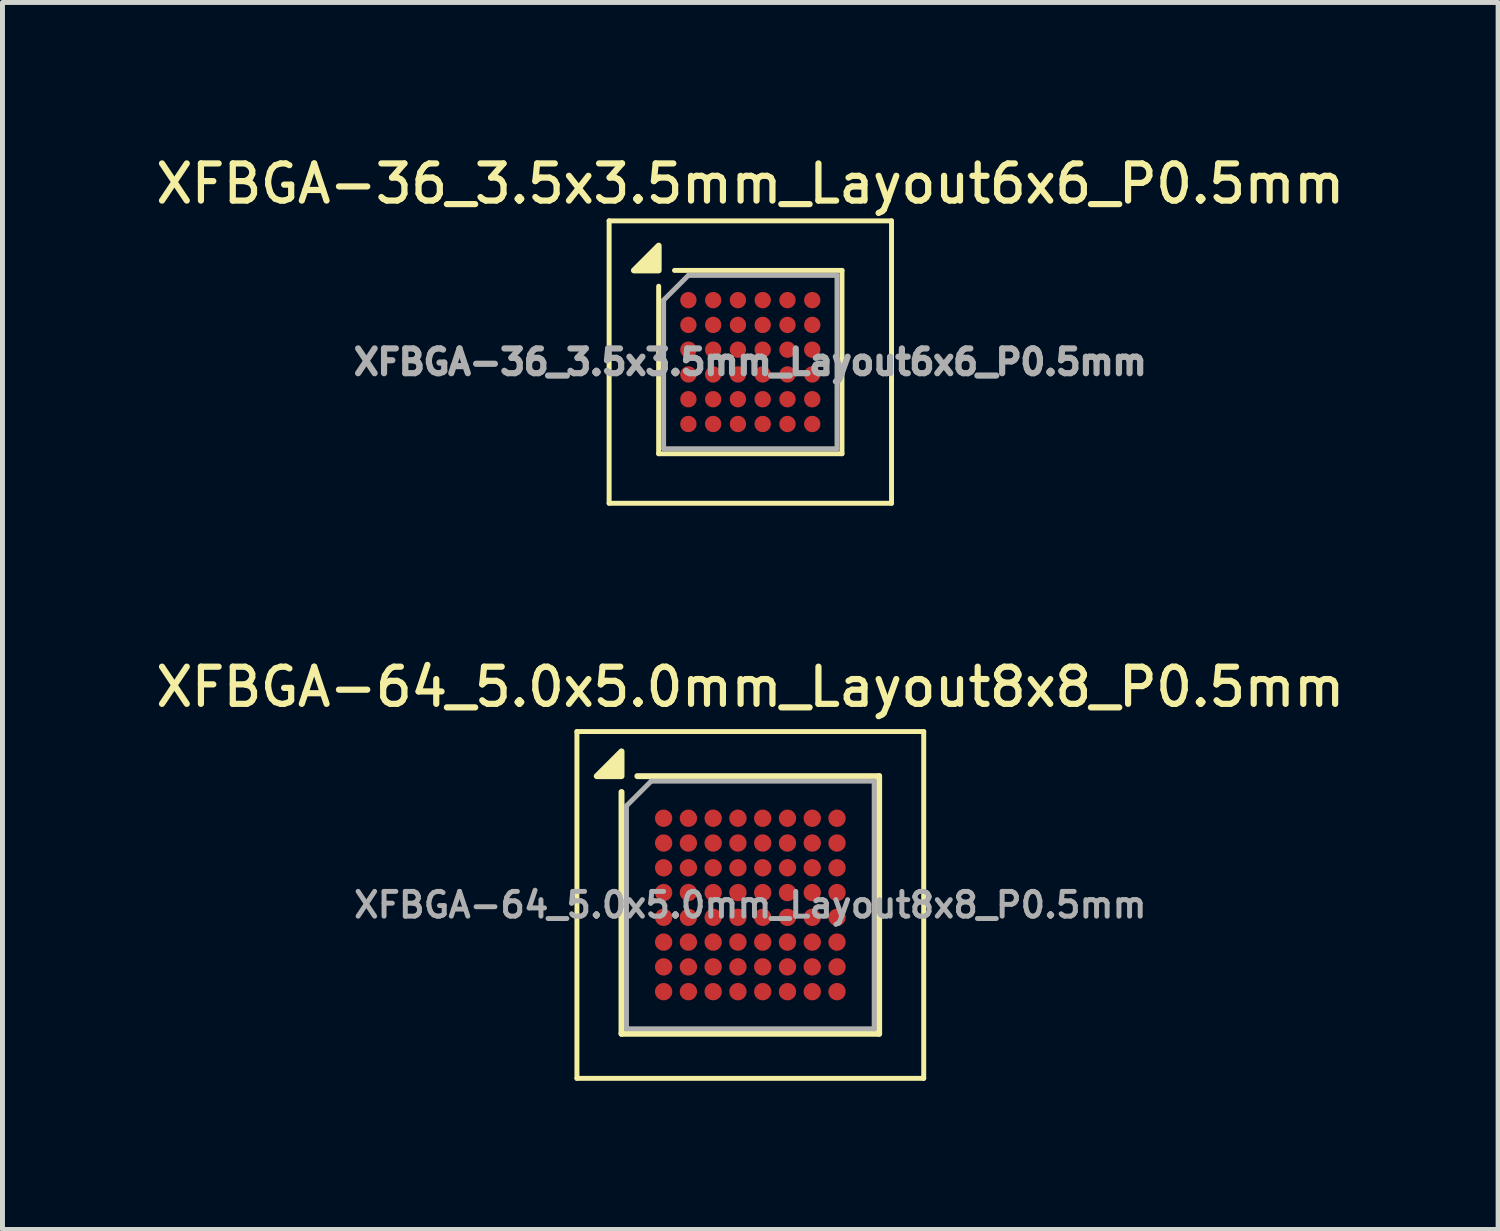
<source format=kicad_pcb>
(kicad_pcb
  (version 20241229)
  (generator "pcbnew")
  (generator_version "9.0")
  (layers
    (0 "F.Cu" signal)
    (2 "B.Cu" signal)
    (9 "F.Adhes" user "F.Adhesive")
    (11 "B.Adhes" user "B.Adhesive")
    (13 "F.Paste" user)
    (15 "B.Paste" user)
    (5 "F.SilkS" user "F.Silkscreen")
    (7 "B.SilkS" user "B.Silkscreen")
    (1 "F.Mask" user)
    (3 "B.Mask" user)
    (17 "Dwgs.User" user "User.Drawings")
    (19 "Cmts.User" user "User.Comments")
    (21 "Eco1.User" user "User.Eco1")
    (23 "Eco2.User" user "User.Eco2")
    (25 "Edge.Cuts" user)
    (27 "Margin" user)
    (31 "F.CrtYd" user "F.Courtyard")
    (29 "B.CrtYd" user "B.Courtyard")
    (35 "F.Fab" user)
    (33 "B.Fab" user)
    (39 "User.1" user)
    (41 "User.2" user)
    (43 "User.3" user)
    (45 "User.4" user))
  (footprint "XFBGA-36_3.5x3.5mm_Layout6x6_P0.5mm"
    (layer "F.Cu")
    (at 12.095 4.258)
    (property "Reference" "XFBGA-36_3.5x3.5mm_Layout6x6_P0.5mm" (at 0 -3.6 0) (layer "F.SilkS") (effects (font (size 0.75 0.75) (thickness 0.125))))
    (attr smd)
    (fp_line (start -2.85 -2.85) (end 2.85 -2.85) (stroke (width 0.1) (type solid)) (layer "F.SilkS"))
    (fp_line (start -2.85 2.85) (end -2.85 -2.85) (stroke (width 0.1) (type solid)) (layer "F.SilkS"))
    (fp_line (start -2.85 2.85) (end 2.85 2.85) (stroke (width 0.1) (type solid)) (layer "F.SilkS"))
    (fp_line (start -1.85 1.85) (end -1.85 -1.53) (stroke (width 0.1) (type solid)) (layer "F.SilkS"))
    (fp_line (start -1.85 1.85) (end 1.85 1.85) (stroke (width 0.1) (type solid)) (layer "F.SilkS"))
    (fp_line (start -1.53 -1.85) (end 1.85 -1.85) (stroke (width 0.1) (type solid)) (layer "F.SilkS"))
    (fp_line (start 1.85 1.85) (end 1.85 -1.85) (stroke (width 0.1) (type solid)) (layer "F.SilkS"))
    (fp_line (start 2.85 2.85) (end 2.85 -2.85) (stroke (width 0.1) (type solid)) (layer "F.SilkS"))
    (fp_poly (pts (xy -1.85 -1.85) (xy -2.35 -1.85) (xy -1.85 -2.35) (xy -1.85 -1.85)) (stroke (width 0.12) (type solid)) (fill yes) (layer "F.SilkS"))
    (fp_line (start -1.75 -1.25) (end -1.25 -1.75) (stroke (width 0.1) (type solid)) (layer "F.Fab"))
    (fp_line (start -1.75 1.75) (end -1.75 -1.25) (stroke (width 0.1) (type solid)) (layer "F.Fab"))
    (fp_line (start -1.75 1.75) (end 1.75 1.75) (stroke (width 0.1) (type solid)) (layer "F.Fab"))
    (fp_line (start -1.25 -1.75) (end 1.75 -1.75) (stroke (width 0.1) (type solid)) (layer "F.Fab"))
    (fp_line (start 1.75 1.75) (end 1.75 -1.75) (stroke (width 0.1) (type solid)) (layer "F.Fab"))
    (fp_text user "${REFERENCE}" (at 0 0 0) (layer "F.Fab") (effects (font (size 0.5 0.5) (thickness 0.125))))
    (pad "A1" smd circle (at -1.25 -1.25) (size 0.33 0.33) (property pad_prop_bga) (layers "F.Cu" "F.Mask" "F.Paste"))
    (pad "A2" smd circle (at -0.75 -1.25) (size 0.33 0.33) (property pad_prop_bga) (layers "F.Cu" "F.Mask" "F.Paste"))
    (pad "A3" smd circle (at -0.25 -1.25) (size 0.33 0.33) (property pad_prop_bga) (layers "F.Cu" "F.Mask" "F.Paste"))
    (pad "A4" smd circle (at 0.25 -1.25) (size 0.33 0.33) (property pad_prop_bga) (layers "F.Cu" "F.Mask" "F.Paste"))
    (pad "A5" smd circle (at 0.75 -1.25) (size 0.33 0.33) (property pad_prop_bga) (layers "F.Cu" "F.Mask" "F.Paste"))
    (pad "A6" smd circle (at 1.25 -1.25) (size 0.33 0.33) (property pad_prop_bga) (layers "F.Cu" "F.Mask" "F.Paste"))
    (pad "B1" smd circle (at -1.25 -0.75) (size 0.33 0.33) (property pad_prop_bga) (layers "F.Cu" "F.Mask" "F.Paste"))
    (pad "B2" smd circle (at -0.75 -0.75) (size 0.33 0.33) (property pad_prop_bga) (layers "F.Cu" "F.Mask" "F.Paste"))
    (pad "B3" smd circle (at -0.25 -0.75) (size 0.33 0.33) (property pad_prop_bga) (layers "F.Cu" "F.Mask" "F.Paste"))
    (pad "B4" smd circle (at 0.25 -0.75) (size 0.33 0.33) (property pad_prop_bga) (layers "F.Cu" "F.Mask" "F.Paste"))
    (pad "B5" smd circle (at 0.75 -0.75) (size 0.33 0.33) (property pad_prop_bga) (layers "F.Cu" "F.Mask" "F.Paste"))
    (pad "B6" smd circle (at 1.25 -0.75) (size 0.33 0.33) (property pad_prop_bga) (layers "F.Cu" "F.Mask" "F.Paste"))
    (pad "C1" smd circle (at -1.25 -0.25) (size 0.33 0.33) (property pad_prop_bga) (layers "F.Cu" "F.Mask" "F.Paste"))
    (pad "C2" smd circle (at -0.75 -0.25) (size 0.33 0.33) (property pad_prop_bga) (layers "F.Cu" "F.Mask" "F.Paste"))
    (pad "C3" smd circle (at -0.25 -0.25) (size 0.33 0.33) (property pad_prop_bga) (layers "F.Cu" "F.Mask" "F.Paste"))
    (pad "C4" smd circle (at 0.25 -0.25) (size 0.33 0.33) (property pad_prop_bga) (layers "F.Cu" "F.Mask" "F.Paste"))
    (pad "C5" smd circle (at 0.75 -0.25) (size 0.33 0.33) (property pad_prop_bga) (layers "F.Cu" "F.Mask" "F.Paste"))
    (pad "C6" smd circle (at 1.25 -0.25) (size 0.33 0.33) (property pad_prop_bga) (layers "F.Cu" "F.Mask" "F.Paste"))
    (pad "D1" smd circle (at -1.25 0.25) (size 0.33 0.33) (property pad_prop_bga) (layers "F.Cu" "F.Mask" "F.Paste"))
    (pad "D2" smd circle (at -0.75 0.25) (size 0.33 0.33) (property pad_prop_bga) (layers "F.Cu" "F.Mask" "F.Paste"))
    (pad "D3" smd circle (at -0.25 0.25) (size 0.33 0.33) (property pad_prop_bga) (layers "F.Cu" "F.Mask" "F.Paste"))
    (pad "D4" smd circle (at 0.25 0.25) (size 0.33 0.33) (property pad_prop_bga) (layers "F.Cu" "F.Mask" "F.Paste"))
    (pad "D5" smd circle (at 0.75 0.25) (size 0.33 0.33) (property pad_prop_bga) (layers "F.Cu" "F.Mask" "F.Paste"))
    (pad "D6" smd circle (at 1.25 0.25) (size 0.33 0.33) (property pad_prop_bga) (layers "F.Cu" "F.Mask" "F.Paste"))
    (pad "E1" smd circle (at -1.25 0.75) (size 0.33 0.33) (property pad_prop_bga) (layers "F.Cu" "F.Mask" "F.Paste"))
    (pad "E2" smd circle (at -0.75 0.75) (size 0.33 0.33) (property pad_prop_bga) (layers "F.Cu" "F.Mask" "F.Paste"))
    (pad "E3" smd circle (at -0.25 0.75) (size 0.33 0.33) (property pad_prop_bga) (layers "F.Cu" "F.Mask" "F.Paste"))
    (pad "E4" smd circle (at 0.25 0.75) (size 0.33 0.33) (property pad_prop_bga) (layers "F.Cu" "F.Mask" "F.Paste"))
    (pad "E5" smd circle (at 0.75 0.75) (size 0.33 0.33) (property pad_prop_bga) (layers "F.Cu" "F.Mask" "F.Paste"))
    (pad "E6" smd circle (at 1.25 0.75) (size 0.33 0.33) (property pad_prop_bga) (layers "F.Cu" "F.Mask" "F.Paste"))
    (pad "F1" smd circle (at -1.25 1.25) (size 0.33 0.33) (property pad_prop_bga) (layers "F.Cu" "F.Mask" "F.Paste"))
    (pad "F2" smd circle (at -0.75 1.25) (size 0.33 0.33) (property pad_prop_bga) (layers "F.Cu" "F.Mask" "F.Paste"))
    (pad "F3" smd circle (at -0.25 1.25) (size 0.33 0.33) (property pad_prop_bga) (layers "F.Cu" "F.Mask" "F.Paste"))
    (pad "F4" smd circle (at 0.25 1.25) (size 0.33 0.33) (property pad_prop_bga) (layers "F.Cu" "F.Mask" "F.Paste"))
    (pad "F5" smd circle (at 0.75 1.25) (size 0.33 0.33) (property pad_prop_bga) (layers "F.Cu" "F.Mask" "F.Paste"))
    (pad "F6" smd circle (at 1.25 1.25) (size 0.33 0.33) (property pad_prop_bga) (layers "F.Cu" "F.Mask" "F.Paste")))
  (footprint "XFBGA-64_5.0x5.0mm_Layout8x8_P0.5mm"
    (layer "F.Cu")
    (at 12.095 15.216)
    (property "Reference" "XFBGA-64_5.0x5.0mm_Layout8x8_P0.5mm" (at 0 -4.4 0) (layer "F.SilkS") (effects (font (size 0.75 0.75) (thickness 0.125))))
    (attr smd)
    (fp_line (start -3.5 -3.5) (end 3.5 -3.5) (stroke (width 0.1) (type solid)) (layer "F.SilkS"))
    (fp_line (start -3.5 3.5) (end -3.5 -3.5) (stroke (width 0.1) (type solid)) (layer "F.SilkS"))
    (fp_line (start -3.5 3.5) (end 3.5 3.5) (stroke (width 0.1) (type solid)) (layer "F.SilkS"))
    (fp_line (start -2.6 -2.28) (end -2.6 2.6) (stroke (width 0.12) (type solid)) (layer "F.SilkS"))
    (fp_line (start -2.6 2.6) (end 2.6 2.6) (stroke (width 0.12) (type solid)) (layer "F.SilkS"))
    (fp_line (start -2.28 -2.6) (end 2.6 -2.6) (stroke (width 0.12) (type solid)) (layer "F.SilkS"))
    (fp_line (start 2.6 -2.6) (end 2.6 2.6) (stroke (width 0.12) (type solid)) (layer "F.SilkS"))
    (fp_line (start 3.5 3.5) (end 3.5 -3.5) (stroke (width 0.1) (type solid)) (layer "F.SilkS"))
    (fp_poly (pts (xy -2.6 -2.6) (xy -3.1 -2.6) (xy -2.6 -3.1) (xy -2.6 -2.6)) (stroke (width 0.12) (type solid)) (fill yes) (layer "F.SilkS"))
    (fp_line (start -2.5 -2) (end -2 -2.5) (stroke (width 0.1) (type solid)) (layer "F.Fab"))
    (fp_line (start -2.5 2.5) (end -2.5 -2) (stroke (width 0.1) (type solid)) (layer "F.Fab"))
    (fp_line (start -2.5 2.5) (end 2.5 2.5) (stroke (width 0.1) (type solid)) (layer "F.Fab"))
    (fp_line (start -2 -2.5) (end 2.5 -2.5) (stroke (width 0.1) (type solid)) (layer "F.Fab"))
    (fp_line (start 2.5 2.5) (end 2.5 -2.5) (stroke (width 0.1) (type solid)) (layer "F.Fab"))
    (fp_text user "${REFERENCE}" (at 0 0 0) (layer "F.Fab") (effects (font (size 0.5 0.5) (thickness 0.1))))
    (pad "A1" smd circle (at -1.75 -1.75) (size 0.35 0.35) (property pad_prop_bga) (layers "F.Cu" "F.Mask" "F.Paste"))
    (pad "A2" smd circle (at -1.25 -1.75) (size 0.35 0.35) (property pad_prop_bga) (layers "F.Cu" "F.Mask" "F.Paste"))
    (pad "A3" smd circle (at -0.75 -1.75) (size 0.35 0.35) (property pad_prop_bga) (layers "F.Cu" "F.Mask" "F.Paste"))
    (pad "A4" smd circle (at -0.25 -1.75) (size 0.35 0.35) (property pad_prop_bga) (layers "F.Cu" "F.Mask" "F.Paste"))
    (pad "A5" smd circle (at 0.25 -1.75) (size 0.35 0.35) (property pad_prop_bga) (layers "F.Cu" "F.Mask" "F.Paste"))
    (pad "A6" smd circle (at 0.75 -1.75) (size 0.35 0.35) (property pad_prop_bga) (layers "F.Cu" "F.Mask" "F.Paste"))
    (pad "A7" smd circle (at 1.25 -1.75) (size 0.35 0.35) (property pad_prop_bga) (layers "F.Cu" "F.Mask" "F.Paste"))
    (pad "A8" smd circle (at 1.75 -1.75) (size 0.35 0.35) (property pad_prop_bga) (layers "F.Cu" "F.Mask" "F.Paste"))
    (pad "B1" smd circle (at -1.75 -1.25) (size 0.35 0.35) (property pad_prop_bga) (layers "F.Cu" "F.Mask" "F.Paste"))
    (pad "B2" smd circle (at -1.25 -1.25) (size 0.35 0.35) (property pad_prop_bga) (layers "F.Cu" "F.Mask" "F.Paste"))
    (pad "B3" smd circle (at -0.75 -1.25) (size 0.35 0.35) (property pad_prop_bga) (layers "F.Cu" "F.Mask" "F.Paste"))
    (pad "B4" smd circle (at -0.25 -1.25) (size 0.35 0.35) (property pad_prop_bga) (layers "F.Cu" "F.Mask" "F.Paste"))
    (pad "B5" smd circle (at 0.25 -1.25) (size 0.35 0.35) (property pad_prop_bga) (layers "F.Cu" "F.Mask" "F.Paste"))
    (pad "B6" smd circle (at 0.75 -1.25) (size 0.35 0.35) (property pad_prop_bga) (layers "F.Cu" "F.Mask" "F.Paste"))
    (pad "B7" smd circle (at 1.25 -1.25) (size 0.35 0.35) (property pad_prop_bga) (layers "F.Cu" "F.Mask" "F.Paste"))
    (pad "B8" smd circle (at 1.75 -1.25) (size 0.35 0.35) (property pad_prop_bga) (layers "F.Cu" "F.Mask" "F.Paste"))
    (pad "C1" smd circle (at -1.75 -0.75) (size 0.35 0.35) (property pad_prop_bga) (layers "F.Cu" "F.Mask" "F.Paste"))
    (pad "C2" smd circle (at -1.25 -0.75) (size 0.35 0.35) (property pad_prop_bga) (layers "F.Cu" "F.Mask" "F.Paste"))
    (pad "C3" smd circle (at -0.75 -0.75) (size 0.35 0.35) (property pad_prop_bga) (layers "F.Cu" "F.Mask" "F.Paste"))
    (pad "C4" smd circle (at -0.25 -0.75) (size 0.35 0.35) (property pad_prop_bga) (layers "F.Cu" "F.Mask" "F.Paste"))
    (pad "C5" smd circle (at 0.25 -0.75) (size 0.35 0.35) (property pad_prop_bga) (layers "F.Cu" "F.Mask" "F.Paste"))
    (pad "C6" smd circle (at 0.75 -0.75) (size 0.35 0.35) (property pad_prop_bga) (layers "F.Cu" "F.Mask" "F.Paste"))
    (pad "C7" smd circle (at 1.25 -0.75) (size 0.35 0.35) (property pad_prop_bga) (layers "F.Cu" "F.Mask" "F.Paste"))
    (pad "C8" smd circle (at 1.75 -0.75) (size 0.35 0.35) (property pad_prop_bga) (layers "F.Cu" "F.Mask" "F.Paste"))
    (pad "D1" smd circle (at -1.75 -0.25) (size 0.35 0.35) (property pad_prop_bga) (layers "F.Cu" "F.Mask" "F.Paste"))
    (pad "D2" smd circle (at -1.25 -0.25) (size 0.35 0.35) (property pad_prop_bga) (layers "F.Cu" "F.Mask" "F.Paste"))
    (pad "D3" smd circle (at -0.75 -0.25) (size 0.35 0.35) (property pad_prop_bga) (layers "F.Cu" "F.Mask" "F.Paste"))
    (pad "D4" smd circle (at -0.25 -0.25) (size 0.35 0.35) (property pad_prop_bga) (layers "F.Cu" "F.Mask" "F.Paste"))
    (pad "D5" smd circle (at 0.25 -0.25) (size 0.35 0.35) (property pad_prop_bga) (layers "F.Cu" "F.Mask" "F.Paste"))
    (pad "D6" smd circle (at 0.75 -0.25) (size 0.35 0.35) (property pad_prop_bga) (layers "F.Cu" "F.Mask" "F.Paste"))
    (pad "D7" smd circle (at 1.25 -0.25) (size 0.35 0.35) (property pad_prop_bga) (layers "F.Cu" "F.Mask" "F.Paste"))
    (pad "D8" smd circle (at 1.75 -0.25) (size 0.35 0.35) (property pad_prop_bga) (layers "F.Cu" "F.Mask" "F.Paste"))
    (pad "E1" smd circle (at -1.75 0.25) (size 0.35 0.35) (property pad_prop_bga) (layers "F.Cu" "F.Mask" "F.Paste"))
    (pad "E2" smd circle (at -1.25 0.25) (size 0.35 0.35) (property pad_prop_bga) (layers "F.Cu" "F.Mask" "F.Paste"))
    (pad "E3" smd circle (at -0.75 0.25) (size 0.35 0.35) (property pad_prop_bga) (layers "F.Cu" "F.Mask" "F.Paste"))
    (pad "E4" smd circle (at -0.25 0.25) (size 0.35 0.35) (property pad_prop_bga) (layers "F.Cu" "F.Mask" "F.Paste"))
    (pad "E5" smd circle (at 0.25 0.25) (size 0.35 0.35) (property pad_prop_bga) (layers "F.Cu" "F.Mask" "F.Paste"))
    (pad "E6" smd circle (at 0.75 0.25) (size 0.35 0.35) (property pad_prop_bga) (layers "F.Cu" "F.Mask" "F.Paste"))
    (pad "E7" smd circle (at 1.25 0.25) (size 0.35 0.35) (property pad_prop_bga) (layers "F.Cu" "F.Mask" "F.Paste"))
    (pad "E8" smd circle (at 1.75 0.25) (size 0.35 0.35) (property pad_prop_bga) (layers "F.Cu" "F.Mask" "F.Paste"))
    (pad "F1" smd circle (at -1.75 0.75) (size 0.35 0.35) (property pad_prop_bga) (layers "F.Cu" "F.Mask" "F.Paste"))
    (pad "F2" smd circle (at -1.25 0.75) (size 0.35 0.35) (property pad_prop_bga) (layers "F.Cu" "F.Mask" "F.Paste"))
    (pad "F3" smd circle (at -0.75 0.75) (size 0.35 0.35) (property pad_prop_bga) (layers "F.Cu" "F.Mask" "F.Paste"))
    (pad "F4" smd circle (at -0.25 0.75) (size 0.35 0.35) (property pad_prop_bga) (layers "F.Cu" "F.Mask" "F.Paste"))
    (pad "F5" smd circle (at 0.25 0.75) (size 0.35 0.35) (property pad_prop_bga) (layers "F.Cu" "F.Mask" "F.Paste"))
    (pad "F6" smd circle (at 0.75 0.75) (size 0.35 0.35) (property pad_prop_bga) (layers "F.Cu" "F.Mask" "F.Paste"))
    (pad "F7" smd circle (at 1.25 0.75) (size 0.35 0.35) (property pad_prop_bga) (layers "F.Cu" "F.Mask" "F.Paste"))
    (pad "F8" smd circle (at 1.75 0.75) (size 0.35 0.35) (property pad_prop_bga) (layers "F.Cu" "F.Mask" "F.Paste"))
    (pad "G1" smd circle (at -1.75 1.25) (size 0.35 0.35) (property pad_prop_bga) (layers "F.Cu" "F.Mask" "F.Paste"))
    (pad "G2" smd circle (at -1.25 1.25) (size 0.35 0.35) (property pad_prop_bga) (layers "F.Cu" "F.Mask" "F.Paste"))
    (pad "G3" smd circle (at -0.75 1.25) (size 0.35 0.35) (property pad_prop_bga) (layers "F.Cu" "F.Mask" "F.Paste"))
    (pad "G4" smd circle (at -0.25 1.25) (size 0.35 0.35) (property pad_prop_bga) (layers "F.Cu" "F.Mask" "F.Paste"))
    (pad "G5" smd circle (at 0.25 1.25) (size 0.35 0.35) (property pad_prop_bga) (layers "F.Cu" "F.Mask" "F.Paste"))
    (pad "G6" smd circle (at 0.75 1.25) (size 0.35 0.35) (property pad_prop_bga) (layers "F.Cu" "F.Mask" "F.Paste"))
    (pad "G7" smd circle (at 1.25 1.25) (size 0.35 0.35) (property pad_prop_bga) (layers "F.Cu" "F.Mask" "F.Paste"))
    (pad "G8" smd circle (at 1.75 1.25) (size 0.35 0.35) (property pad_prop_bga) (layers "F.Cu" "F.Mask" "F.Paste"))
    (pad "H1" smd circle (at -1.75 1.75) (size 0.35 0.35) (property pad_prop_bga) (layers "F.Cu" "F.Mask" "F.Paste"))
    (pad "H2" smd circle (at -1.25 1.75) (size 0.35 0.35) (property pad_prop_bga) (layers "F.Cu" "F.Mask" "F.Paste"))
    (pad "H3" smd circle (at -0.75 1.75) (size 0.35 0.35) (property pad_prop_bga) (layers "F.Cu" "F.Mask" "F.Paste"))
    (pad "H4" smd circle (at -0.25 1.75) (size 0.35 0.35) (property pad_prop_bga) (layers "F.Cu" "F.Mask" "F.Paste"))
    (pad "H5" smd circle (at 0.25 1.75) (size 0.35 0.35) (property pad_prop_bga) (layers "F.Cu" "F.Mask" "F.Paste"))
    (pad "H6" smd circle (at 0.75 1.75) (size 0.35 0.35) (property pad_prop_bga) (layers "F.Cu" "F.Mask" "F.Paste"))
    (pad "H7" smd circle (at 1.25 1.75) (size 0.35 0.35) (property pad_prop_bga) (layers "F.Cu" "F.Mask" "F.Paste"))
    (pad "H8" smd circle (at 1.75 1.75) (size 0.35 0.35) (property pad_prop_bga) (layers "F.Cu" "F.Mask" "F.Paste")))
  (gr_rect
    (start -3 -3)
    (end 27.189 21.766)
    (stroke (width 0.1) (type default))
    (fill no)
    (layer "Edge.Cuts")))
</source>
